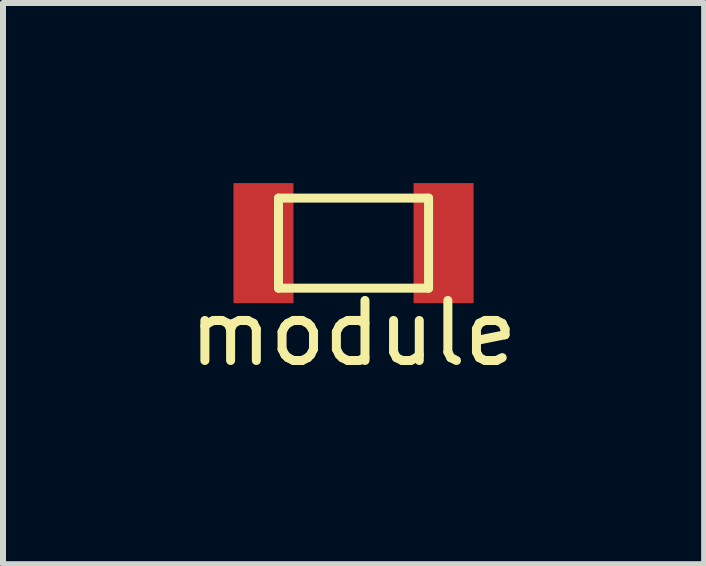
<source format=kicad_pcb>
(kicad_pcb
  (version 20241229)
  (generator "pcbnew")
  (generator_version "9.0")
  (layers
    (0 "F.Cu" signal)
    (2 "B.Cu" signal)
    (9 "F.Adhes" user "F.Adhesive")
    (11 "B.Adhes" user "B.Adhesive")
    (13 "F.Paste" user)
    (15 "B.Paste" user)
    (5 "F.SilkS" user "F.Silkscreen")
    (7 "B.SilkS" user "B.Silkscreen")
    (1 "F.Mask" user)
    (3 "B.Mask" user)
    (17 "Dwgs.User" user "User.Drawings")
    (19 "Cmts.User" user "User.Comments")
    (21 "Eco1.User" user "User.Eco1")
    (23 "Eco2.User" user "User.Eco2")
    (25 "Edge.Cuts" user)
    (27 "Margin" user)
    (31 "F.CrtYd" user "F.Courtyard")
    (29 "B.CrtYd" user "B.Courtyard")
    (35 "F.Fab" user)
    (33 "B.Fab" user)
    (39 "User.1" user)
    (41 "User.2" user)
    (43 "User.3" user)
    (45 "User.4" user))
  (footprint "module"
    (layer "F.Cu")
    (at 2.839 1)
    (property "Reference" "module" (at 0 1.5 0) (layer "F.SilkS") (effects (font (size 1 1) (thickness 0.15))))
    (attr through_hole)
    (fp_line (start -1.25 -0.75) (end 1.25 -0.75) (stroke (width 0.15) (type solid)) (layer "F.SilkS"))
    (fp_line (start -1.25 0.75) (end -1.25 -0.75) (stroke (width 0.15) (type solid)) (layer "F.SilkS"))
    (fp_line (start 1.25 -0.75) (end 1.25 0.75) (stroke (width 0.15) (type solid)) (layer "F.SilkS"))
    (fp_line (start 1.25 0.75) (end -1.25 0.75) (stroke (width 0.15) (type solid)) (layer "F.SilkS"))
    (pad "1" smd rect (at -1.5 0) (size 1 2) (layers "F.Cu" "F.Mask" "F.Paste"))
    (pad "2" smd rect (at 1.5 0) (size 1 2) (layers "F.Cu" "F.Mask" "F.Paste")))
  (gr_rect
    (start -3 -3)
    (end 8.679 6.348)
    (stroke (width 0.1) (type default))
    (fill no)
    (layer "Edge.Cuts")))
</source>
